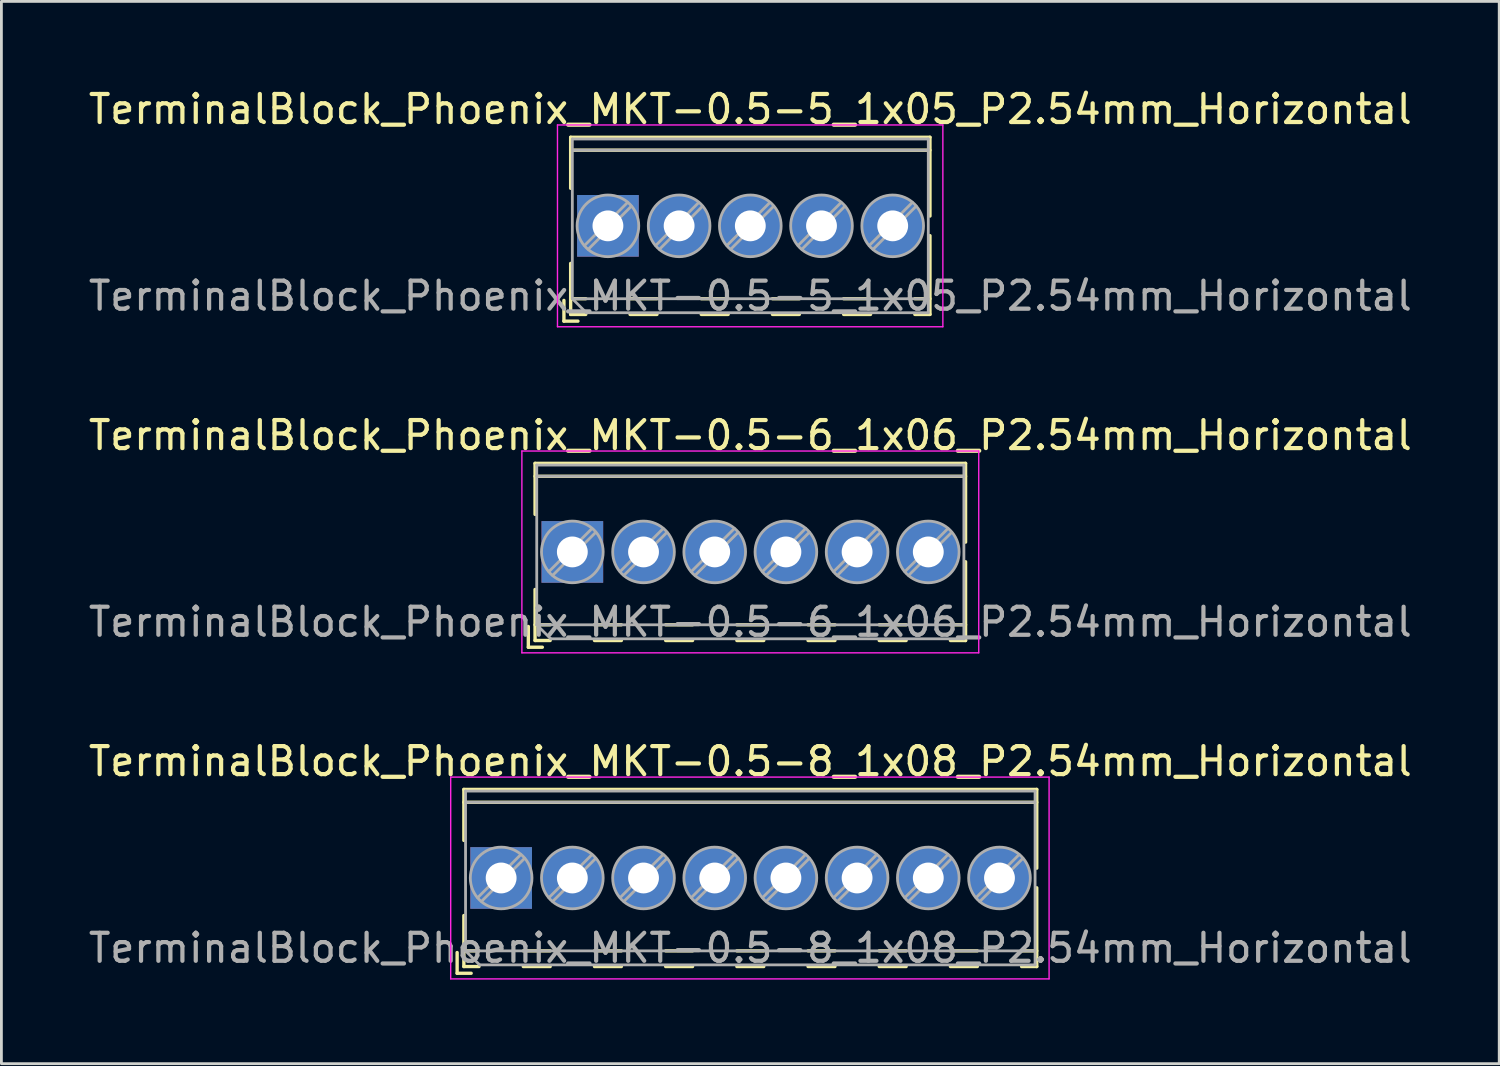
<source format=kicad_pcb>
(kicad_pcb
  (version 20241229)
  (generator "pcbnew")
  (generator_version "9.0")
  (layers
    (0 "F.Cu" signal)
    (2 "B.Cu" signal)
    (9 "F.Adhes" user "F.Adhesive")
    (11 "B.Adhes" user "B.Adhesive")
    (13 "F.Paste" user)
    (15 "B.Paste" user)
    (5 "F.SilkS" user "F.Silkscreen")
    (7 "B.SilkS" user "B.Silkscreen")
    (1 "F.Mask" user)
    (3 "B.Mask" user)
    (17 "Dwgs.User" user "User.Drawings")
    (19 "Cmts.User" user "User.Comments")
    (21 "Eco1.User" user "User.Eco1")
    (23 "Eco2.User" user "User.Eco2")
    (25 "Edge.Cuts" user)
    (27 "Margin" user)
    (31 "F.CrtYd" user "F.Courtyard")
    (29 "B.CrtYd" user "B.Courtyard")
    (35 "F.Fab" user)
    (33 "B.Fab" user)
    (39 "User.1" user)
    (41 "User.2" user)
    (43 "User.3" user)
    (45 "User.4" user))
  (footprint "TerminalBlock_Phoenix_MKT-0.5-8_1x08_P2.54mm_Horizontal"
    (layer "F.Cu")
    (at 14.83 28.275)
    (property "Reference" "TerminalBlock_Phoenix_MKT-0.5-8_1x08_P2.54mm_Horizontal" (at 8.89 -4.16 0) (layer "F.SilkS") (effects (font (size 1 1) (thickness 0.15))))
    (attr through_hole)
    (fp_line (start -1.57 2.66) (end -1.57 3.4) (stroke (width 0.12) (type solid)) (layer "F.SilkS"))
    (fp_line (start -1.57 3.4) (end -1.07 3.4) (stroke (width 0.12) (type solid)) (layer "F.SilkS"))
    (fp_line (start -1.33 -3.16) (end -1.33 -1.34) (stroke (width 0.12) (type solid)) (layer "F.SilkS"))
    (fp_line (start -1.33 -3.16) (end 19.11 -3.16) (stroke (width 0.12) (type solid)) (layer "F.SilkS"))
    (fp_line (start -1.33 -2.7) (end 19.11 -2.7) (stroke (width 0.12) (type solid)) (layer "F.SilkS"))
    (fp_line (start -1.33 1.34) (end -1.33 3.16) (stroke (width 0.12) (type solid)) (layer "F.SilkS"))
    (fp_line (start -1.33 2.6) (end -0.79 2.6) (stroke (width 0.12) (type solid)) (layer "F.SilkS"))
    (fp_line (start -1.33 3.16) (end -0.79 3.16) (stroke (width 0.12) (type solid)) (layer "F.SilkS"))
    (fp_line (start 0.79 2.6) (end 1.75 2.6) (stroke (width 0.12) (type solid)) (layer "F.SilkS"))
    (fp_line (start 0.79 3.16) (end 1.75 3.16) (stroke (width 0.12) (type solid)) (layer "F.SilkS"))
    (fp_line (start 3.33 2.6) (end 4.29 2.6) (stroke (width 0.12) (type solid)) (layer "F.SilkS"))
    (fp_line (start 3.33 3.16) (end 4.29 3.16) (stroke (width 0.12) (type solid)) (layer "F.SilkS"))
    (fp_line (start 5.87 2.6) (end 6.83 2.6) (stroke (width 0.12) (type solid)) (layer "F.SilkS"))
    (fp_line (start 5.87 3.16) (end 6.83 3.16) (stroke (width 0.12) (type solid)) (layer "F.SilkS"))
    (fp_line (start 8.41 2.6) (end 9.37 2.6) (stroke (width 0.12) (type solid)) (layer "F.SilkS"))
    (fp_line (start 8.41 3.16) (end 9.37 3.16) (stroke (width 0.12) (type solid)) (layer "F.SilkS"))
    (fp_line (start 10.95 2.6) (end 11.91 2.6) (stroke (width 0.12) (type solid)) (layer "F.SilkS"))
    (fp_line (start 10.95 3.16) (end 11.91 3.16) (stroke (width 0.12) (type solid)) (layer "F.SilkS"))
    (fp_line (start 13.49 2.6) (end 14.45 2.6) (stroke (width 0.12) (type solid)) (layer "F.SilkS"))
    (fp_line (start 13.49 3.16) (end 14.45 3.16) (stroke (width 0.12) (type solid)) (layer "F.SilkS"))
    (fp_line (start 16.03 2.6) (end 16.99 2.6) (stroke (width 0.12) (type solid)) (layer "F.SilkS"))
    (fp_line (start 16.03 3.16) (end 16.99 3.16) (stroke (width 0.12) (type solid)) (layer "F.SilkS"))
    (fp_line (start 18.57 2.6) (end 19.11 2.6) (stroke (width 0.12) (type solid)) (layer "F.SilkS"))
    (fp_line (start 18.57 3.16) (end 19.11 3.16) (stroke (width 0.12) (type solid)) (layer "F.SilkS"))
    (fp_line (start 19.11 -3.16) (end 19.11 -0.35) (stroke (width 0.12) (type solid)) (layer "F.SilkS"))
    (fp_line (start 19.11 0.35) (end 19.11 3.16) (stroke (width 0.12) (type solid)) (layer "F.SilkS"))
    (fp_line (start -1.8 -3.6) (end -1.8 3.6) (stroke (width 0.05) (type solid)) (layer "F.CrtYd"))
    (fp_line (start -1.8 3.6) (end 19.55 3.6) (stroke (width 0.05) (type solid)) (layer "F.CrtYd"))
    (fp_line (start 19.55 -3.6) (end -1.8 -3.6) (stroke (width 0.05) (type solid)) (layer "F.CrtYd"))
    (fp_line (start 19.55 3.6) (end 19.55 -3.6) (stroke (width 0.05) (type solid)) (layer "F.CrtYd"))
    (fp_line (start -1.27 -3.1) (end 19.05 -3.1) (stroke (width 0.1) (type solid)) (layer "F.Fab"))
    (fp_line (start -1.27 -2.7) (end 19.05 -2.7) (stroke (width 0.1) (type solid)) (layer "F.Fab"))
    (fp_line (start -1.27 2.6) (end -1.27 -3.1) (stroke (width 0.1) (type solid)) (layer "F.Fab"))
    (fp_line (start -1.27 2.6) (end 19.05 2.6) (stroke (width 0.1) (type solid)) (layer "F.Fab"))
    (fp_line (start -0.77 3.1) (end -1.27 2.6) (stroke (width 0.1) (type solid)) (layer "F.Fab"))
    (fp_line (start 0.701 -0.835) (end -0.835 0.7) (stroke (width 0.1) (type solid)) (layer "F.Fab"))
    (fp_line (start 0.835 -0.7) (end -0.701 0.835) (stroke (width 0.1) (type solid)) (layer "F.Fab"))
    (fp_line (start 3.241 -0.835) (end 1.706 0.7) (stroke (width 0.1) (type solid)) (layer "F.Fab"))
    (fp_line (start 3.375 -0.7) (end 1.84 0.835) (stroke (width 0.1) (type solid)) (layer "F.Fab"))
    (fp_line (start 5.781 -0.835) (end 4.246 0.7) (stroke (width 0.1) (type solid)) (layer "F.Fab"))
    (fp_line (start 5.915 -0.7) (end 4.38 0.835) (stroke (width 0.1) (type solid)) (layer "F.Fab"))
    (fp_line (start 8.321 -0.835) (end 6.786 0.7) (stroke (width 0.1) (type solid)) (layer "F.Fab"))
    (fp_line (start 8.455 -0.7) (end 6.92 0.835) (stroke (width 0.1) (type solid)) (layer "F.Fab"))
    (fp_line (start 10.861 -0.835) (end 9.326 0.7) (stroke (width 0.1) (type solid)) (layer "F.Fab"))
    (fp_line (start 10.995 -0.7) (end 9.46 0.835) (stroke (width 0.1) (type solid)) (layer "F.Fab"))
    (fp_line (start 13.401 -0.835) (end 11.866 0.7) (stroke (width 0.1) (type solid)) (layer "F.Fab"))
    (fp_line (start 13.535 -0.7) (end 12 0.835) (stroke (width 0.1) (type solid)) (layer "F.Fab"))
    (fp_line (start 15.941 -0.835) (end 14.406 0.7) (stroke (width 0.1) (type solid)) (layer "F.Fab"))
    (fp_line (start 16.075 -0.7) (end 14.54 0.835) (stroke (width 0.1) (type solid)) (layer "F.Fab"))
    (fp_line (start 18.481 -0.835) (end 16.946 0.7) (stroke (width 0.1) (type solid)) (layer "F.Fab"))
    (fp_line (start 18.615 -0.7) (end 17.08 0.835) (stroke (width 0.1) (type solid)) (layer "F.Fab"))
    (fp_line (start 19.05 -3.1) (end 19.05 3.1) (stroke (width 0.1) (type solid)) (layer "F.Fab"))
    (fp_line (start 19.05 3.1) (end -0.77 3.1) (stroke (width 0.1) (type solid)) (layer "F.Fab"))
    (fp_circle (center 0 0) (end 1.1 0) (stroke (width 0.1) (type solid)) (fill no) (layer "F.Fab"))
    (fp_circle (center 2.54 0) (end 3.64 0) (stroke (width 0.1) (type solid)) (fill no) (layer "F.Fab"))
    (fp_circle (center 5.08 0) (end 6.18 0) (stroke (width 0.1) (type solid)) (fill no) (layer "F.Fab"))
    (fp_circle (center 7.62 0) (end 8.72 0) (stroke (width 0.1) (type solid)) (fill no) (layer "F.Fab"))
    (fp_circle (center 10.16 0) (end 11.26 0) (stroke (width 0.1) (type solid)) (fill no) (layer "F.Fab"))
    (fp_circle (center 12.7 0) (end 13.8 0) (stroke (width 0.1) (type solid)) (fill no) (layer "F.Fab"))
    (fp_circle (center 15.24 0) (end 16.34 0) (stroke (width 0.1) (type solid)) (fill no) (layer "F.Fab"))
    (fp_circle (center 17.78 0) (end 18.88 0) (stroke (width 0.1) (type solid)) (fill no) (layer "F.Fab"))
    (fp_text user "${REFERENCE}" (at 8.89 2.5 0) (layer "F.Fab") (effects (font (size 1 1) (thickness 0.15))))
    (pad "" np_thru_hole rect (at 0 2.54) (size 0.001 0.001) (drill 1.1) (layers "*.Cu" "*.Mask"))
    (pad "" np_thru_hole circle (at 2.54 2.54) (size 0.001 0.001) (drill 1.1) (layers "*.Cu" "*.Mask"))
    (pad "" np_thru_hole circle (at 5.08 2.54) (size 0.001 0.001) (drill 1.1) (layers "*.Cu" "*.Mask"))
    (pad "" np_thru_hole circle (at 7.62 2.54) (size 0.001 0.001) (drill 1.1) (layers "*.Cu" "*.Mask"))
    (pad "" np_thru_hole circle (at 10.16 2.54) (size 0.001 0.001) (drill 1.1) (layers "*.Cu" "*.Mask"))
    (pad "" np_thru_hole circle (at 12.7 2.54) (size 0.001 0.001) (drill 1.1) (layers "*.Cu" "*.Mask"))
    (pad "" np_thru_hole circle (at 15.24 2.54) (size 0.001 0.001) (drill 1.1) (layers "*.Cu" "*.Mask"))
    (pad "" np_thru_hole circle (at 17.78 2.54) (size 0.001 0.001) (drill 1.1) (layers "*.Cu" "*.Mask"))
    (pad "1" thru_hole rect (at 0 0) (size 2.2 2.2) (drill 1.1) (layers "*.Cu" "*.Mask"))
    (pad "2" thru_hole circle (at 2.54 0) (size 2.2 2.2) (drill 1.1) (layers "*.Cu" "*.Mask"))
    (pad "3" thru_hole circle (at 5.08 0) (size 2.2 2.2) (drill 1.1) (layers "*.Cu" "*.Mask"))
    (pad "4" thru_hole circle (at 7.62 0) (size 2.2 2.2) (drill 1.1) (layers "*.Cu" "*.Mask"))
    (pad "5" thru_hole circle (at 10.16 0) (size 2.2 2.2) (drill 1.1) (layers "*.Cu" "*.Mask"))
    (pad "6" thru_hole circle (at 12.7 0) (size 2.2 2.2) (drill 1.1) (layers "*.Cu" "*.Mask"))
    (pad "7" thru_hole circle (at 15.24 0) (size 2.2 2.2) (drill 1.1) (layers "*.Cu" "*.Mask"))
    (pad "8" thru_hole circle (at 17.78 0) (size 2.2 2.2) (drill 1.1) (layers "*.Cu" "*.Mask")))
  (footprint "TerminalBlock_Phoenix_MKT-0.5-5_1x05_P2.54mm_Horizontal"
    (layer "F.Cu")
    (at 18.64 5.008)
    (property "Reference" "TerminalBlock_Phoenix_MKT-0.5-5_1x05_P2.54mm_Horizontal" (at 5.08 -4.16 0) (layer "F.SilkS") (effects (font (size 1 1) (thickness 0.15))))
    (attr through_hole)
    (fp_line (start -1.57 2.66) (end -1.57 3.4) (stroke (width 0.12) (type solid)) (layer "F.SilkS"))
    (fp_line (start -1.57 3.4) (end -1.07 3.4) (stroke (width 0.12) (type solid)) (layer "F.SilkS"))
    (fp_line (start -1.33 -3.16) (end -1.33 -1.34) (stroke (width 0.12) (type solid)) (layer "F.SilkS"))
    (fp_line (start -1.33 -3.16) (end 11.49 -3.16) (stroke (width 0.12) (type solid)) (layer "F.SilkS"))
    (fp_line (start -1.33 -2.7) (end 11.49 -2.7) (stroke (width 0.12) (type solid)) (layer "F.SilkS"))
    (fp_line (start -1.33 1.34) (end -1.33 3.16) (stroke (width 0.12) (type solid)) (layer "F.SilkS"))
    (fp_line (start -1.33 2.6) (end -0.79 2.6) (stroke (width 0.12) (type solid)) (layer "F.SilkS"))
    (fp_line (start -1.33 3.16) (end -0.79 3.16) (stroke (width 0.12) (type solid)) (layer "F.SilkS"))
    (fp_line (start 0.79 2.6) (end 1.75 2.6) (stroke (width 0.12) (type solid)) (layer "F.SilkS"))
    (fp_line (start 0.79 3.16) (end 1.75 3.16) (stroke (width 0.12) (type solid)) (layer "F.SilkS"))
    (fp_line (start 3.33 2.6) (end 4.29 2.6) (stroke (width 0.12) (type solid)) (layer "F.SilkS"))
    (fp_line (start 3.33 3.16) (end 4.29 3.16) (stroke (width 0.12) (type solid)) (layer "F.SilkS"))
    (fp_line (start 5.87 2.6) (end 6.83 2.6) (stroke (width 0.12) (type solid)) (layer "F.SilkS"))
    (fp_line (start 5.87 3.16) (end 6.83 3.16) (stroke (width 0.12) (type solid)) (layer "F.SilkS"))
    (fp_line (start 8.41 2.6) (end 9.37 2.6) (stroke (width 0.12) (type solid)) (layer "F.SilkS"))
    (fp_line (start 8.41 3.16) (end 9.37 3.16) (stroke (width 0.12) (type solid)) (layer "F.SilkS"))
    (fp_line (start 10.95 2.6) (end 11.49 2.6) (stroke (width 0.12) (type solid)) (layer "F.SilkS"))
    (fp_line (start 10.95 3.16) (end 11.49 3.16) (stroke (width 0.12) (type solid)) (layer "F.SilkS"))
    (fp_line (start 11.49 -3.16) (end 11.49 -0.35) (stroke (width 0.12) (type solid)) (layer "F.SilkS"))
    (fp_line (start 11.49 0.35) (end 11.49 3.16) (stroke (width 0.12) (type solid)) (layer "F.SilkS"))
    (fp_line (start -1.8 -3.6) (end -1.8 3.6) (stroke (width 0.05) (type solid)) (layer "F.CrtYd"))
    (fp_line (start -1.8 3.6) (end 11.95 3.6) (stroke (width 0.05) (type solid)) (layer "F.CrtYd"))
    (fp_line (start 11.95 -3.6) (end -1.8 -3.6) (stroke (width 0.05) (type solid)) (layer "F.CrtYd"))
    (fp_line (start 11.95 3.6) (end 11.95 -3.6) (stroke (width 0.05) (type solid)) (layer "F.CrtYd"))
    (fp_line (start -1.27 -3.1) (end 11.43 -3.1) (stroke (width 0.1) (type solid)) (layer "F.Fab"))
    (fp_line (start -1.27 -2.7) (end 11.43 -2.7) (stroke (width 0.1) (type solid)) (layer "F.Fab"))
    (fp_line (start -1.27 2.6) (end -1.27 -3.1) (stroke (width 0.1) (type solid)) (layer "F.Fab"))
    (fp_line (start -1.27 2.6) (end 11.43 2.6) (stroke (width 0.1) (type solid)) (layer "F.Fab"))
    (fp_line (start -0.77 3.1) (end -1.27 2.6) (stroke (width 0.1) (type solid)) (layer "F.Fab"))
    (fp_line (start 0.701 -0.835) (end -0.835 0.7) (stroke (width 0.1) (type solid)) (layer "F.Fab"))
    (fp_line (start 0.835 -0.7) (end -0.701 0.835) (stroke (width 0.1) (type solid)) (layer "F.Fab"))
    (fp_line (start 3.241 -0.835) (end 1.706 0.7) (stroke (width 0.1) (type solid)) (layer "F.Fab"))
    (fp_line (start 3.375 -0.7) (end 1.84 0.835) (stroke (width 0.1) (type solid)) (layer "F.Fab"))
    (fp_line (start 5.781 -0.835) (end 4.246 0.7) (stroke (width 0.1) (type solid)) (layer "F.Fab"))
    (fp_line (start 5.915 -0.7) (end 4.38 0.835) (stroke (width 0.1) (type solid)) (layer "F.Fab"))
    (fp_line (start 8.321 -0.835) (end 6.786 0.7) (stroke (width 0.1) (type solid)) (layer "F.Fab"))
    (fp_line (start 8.455 -0.7) (end 6.92 0.835) (stroke (width 0.1) (type solid)) (layer "F.Fab"))
    (fp_line (start 10.861 -0.835) (end 9.326 0.7) (stroke (width 0.1) (type solid)) (layer "F.Fab"))
    (fp_line (start 10.995 -0.7) (end 9.46 0.835) (stroke (width 0.1) (type solid)) (layer "F.Fab"))
    (fp_line (start 11.43 -3.1) (end 11.43 3.1) (stroke (width 0.1) (type solid)) (layer "F.Fab"))
    (fp_line (start 11.43 3.1) (end -0.77 3.1) (stroke (width 0.1) (type solid)) (layer "F.Fab"))
    (fp_circle (center 0 0) (end 1.1 0) (stroke (width 0.1) (type solid)) (fill no) (layer "F.Fab"))
    (fp_circle (center 2.54 0) (end 3.64 0) (stroke (width 0.1) (type solid)) (fill no) (layer "F.Fab"))
    (fp_circle (center 5.08 0) (end 6.18 0) (stroke (width 0.1) (type solid)) (fill no) (layer "F.Fab"))
    (fp_circle (center 7.62 0) (end 8.72 0) (stroke (width 0.1) (type solid)) (fill no) (layer "F.Fab"))
    (fp_circle (center 10.16 0) (end 11.26 0) (stroke (width 0.1) (type solid)) (fill no) (layer "F.Fab"))
    (fp_text user "${REFERENCE}" (at 5.08 2.5 0) (layer "F.Fab") (effects (font (size 1 1) (thickness 0.15))))
    (pad "" np_thru_hole rect (at 0 2.54) (size 0.001 0.001) (drill 1.1) (layers "*.Cu" "*.Mask"))
    (pad "" np_thru_hole circle (at 2.54 2.54) (size 0.001 0.001) (drill 1.1) (layers "*.Cu" "*.Mask"))
    (pad "" np_thru_hole circle (at 5.08 2.54) (size 0.001 0.001) (drill 1.1) (layers "*.Cu" "*.Mask"))
    (pad "" np_thru_hole circle (at 7.62 2.54) (size 0.001 0.001) (drill 1.1) (layers "*.Cu" "*.Mask"))
    (pad "" np_thru_hole circle (at 10.16 2.54) (size 0.001 0.001) (drill 1.1) (layers "*.Cu" "*.Mask"))
    (pad "1" thru_hole rect (at 0 0) (size 2.2 2.2) (drill 1.1) (layers "*.Cu" "*.Mask"))
    (pad "2" thru_hole circle (at 2.54 0) (size 2.2 2.2) (drill 1.1) (layers "*.Cu" "*.Mask"))
    (pad "3" thru_hole circle (at 5.08 0) (size 2.2 2.2) (drill 1.1) (layers "*.Cu" "*.Mask"))
    (pad "4" thru_hole circle (at 7.62 0) (size 2.2 2.2) (drill 1.1) (layers "*.Cu" "*.Mask"))
    (pad "5" thru_hole circle (at 10.16 0) (size 2.2 2.2) (drill 1.1) (layers "*.Cu" "*.Mask")))
  (footprint "TerminalBlock_Phoenix_MKT-0.5-6_1x06_P2.54mm_Horizontal"
    (layer "F.Cu")
    (at 17.37 16.642)
    (property "Reference" "TerminalBlock_Phoenix_MKT-0.5-6_1x06_P2.54mm_Horizontal" (at 6.35 -4.16 0) (layer "F.SilkS") (effects (font (size 1 1) (thickness 0.15))))
    (attr through_hole)
    (fp_line (start -1.57 2.66) (end -1.57 3.4) (stroke (width 0.12) (type solid)) (layer "F.SilkS"))
    (fp_line (start -1.57 3.4) (end -1.07 3.4) (stroke (width 0.12) (type solid)) (layer "F.SilkS"))
    (fp_line (start -1.33 -3.16) (end -1.33 -1.34) (stroke (width 0.12) (type solid)) (layer "F.SilkS"))
    (fp_line (start -1.33 -3.16) (end 14.03 -3.16) (stroke (width 0.12) (type solid)) (layer "F.SilkS"))
    (fp_line (start -1.33 -2.7) (end 14.03 -2.7) (stroke (width 0.12) (type solid)) (layer "F.SilkS"))
    (fp_line (start -1.33 1.34) (end -1.33 3.16) (stroke (width 0.12) (type solid)) (layer "F.SilkS"))
    (fp_line (start -1.33 2.6) (end -0.79 2.6) (stroke (width 0.12) (type solid)) (layer "F.SilkS"))
    (fp_line (start -1.33 3.16) (end -0.79 3.16) (stroke (width 0.12) (type solid)) (layer "F.SilkS"))
    (fp_line (start 0.79 2.6) (end 1.75 2.6) (stroke (width 0.12) (type solid)) (layer "F.SilkS"))
    (fp_line (start 0.79 3.16) (end 1.75 3.16) (stroke (width 0.12) (type solid)) (layer "F.SilkS"))
    (fp_line (start 3.33 2.6) (end 4.29 2.6) (stroke (width 0.12) (type solid)) (layer "F.SilkS"))
    (fp_line (start 3.33 3.16) (end 4.29 3.16) (stroke (width 0.12) (type solid)) (layer "F.SilkS"))
    (fp_line (start 5.87 2.6) (end 6.83 2.6) (stroke (width 0.12) (type solid)) (layer "F.SilkS"))
    (fp_line (start 5.87 3.16) (end 6.83 3.16) (stroke (width 0.12) (type solid)) (layer "F.SilkS"))
    (fp_line (start 8.41 2.6) (end 9.37 2.6) (stroke (width 0.12) (type solid)) (layer "F.SilkS"))
    (fp_line (start 8.41 3.16) (end 9.37 3.16) (stroke (width 0.12) (type solid)) (layer "F.SilkS"))
    (fp_line (start 10.95 2.6) (end 11.91 2.6) (stroke (width 0.12) (type solid)) (layer "F.SilkS"))
    (fp_line (start 10.95 3.16) (end 11.91 3.16) (stroke (width 0.12) (type solid)) (layer "F.SilkS"))
    (fp_line (start 13.49 2.6) (end 14.03 2.6) (stroke (width 0.12) (type solid)) (layer "F.SilkS"))
    (fp_line (start 13.49 3.16) (end 14.03 3.16) (stroke (width 0.12) (type solid)) (layer "F.SilkS"))
    (fp_line (start 14.03 -3.16) (end 14.03 -0.35) (stroke (width 0.12) (type solid)) (layer "F.SilkS"))
    (fp_line (start 14.03 0.35) (end 14.03 3.16) (stroke (width 0.12) (type solid)) (layer "F.SilkS"))
    (fp_line (start -1.8 -3.6) (end -1.8 3.6) (stroke (width 0.05) (type solid)) (layer "F.CrtYd"))
    (fp_line (start -1.8 3.6) (end 14.5 3.6) (stroke (width 0.05) (type solid)) (layer "F.CrtYd"))
    (fp_line (start 14.5 -3.6) (end -1.8 -3.6) (stroke (width 0.05) (type solid)) (layer "F.CrtYd"))
    (fp_line (start 14.5 3.6) (end 14.5 -3.6) (stroke (width 0.05) (type solid)) (layer "F.CrtYd"))
    (fp_line (start -1.27 -3.1) (end 13.97 -3.1) (stroke (width 0.1) (type solid)) (layer "F.Fab"))
    (fp_line (start -1.27 -2.7) (end 13.97 -2.7) (stroke (width 0.1) (type solid)) (layer "F.Fab"))
    (fp_line (start -1.27 2.6) (end -1.27 -3.1) (stroke (width 0.1) (type solid)) (layer "F.Fab"))
    (fp_line (start -1.27 2.6) (end 13.97 2.6) (stroke (width 0.1) (type solid)) (layer "F.Fab"))
    (fp_line (start -0.77 3.1) (end -1.27 2.6) (stroke (width 0.1) (type solid)) (layer "F.Fab"))
    (fp_line (start 0.701 -0.835) (end -0.835 0.7) (stroke (width 0.1) (type solid)) (layer "F.Fab"))
    (fp_line (start 0.835 -0.7) (end -0.701 0.835) (stroke (width 0.1) (type solid)) (layer "F.Fab"))
    (fp_line (start 3.241 -0.835) (end 1.706 0.7) (stroke (width 0.1) (type solid)) (layer "F.Fab"))
    (fp_line (start 3.375 -0.7) (end 1.84 0.835) (stroke (width 0.1) (type solid)) (layer "F.Fab"))
    (fp_line (start 5.781 -0.835) (end 4.246 0.7) (stroke (width 0.1) (type solid)) (layer "F.Fab"))
    (fp_line (start 5.915 -0.7) (end 4.38 0.835) (stroke (width 0.1) (type solid)) (layer "F.Fab"))
    (fp_line (start 8.321 -0.835) (end 6.786 0.7) (stroke (width 0.1) (type solid)) (layer "F.Fab"))
    (fp_line (start 8.455 -0.7) (end 6.92 0.835) (stroke (width 0.1) (type solid)) (layer "F.Fab"))
    (fp_line (start 10.861 -0.835) (end 9.326 0.7) (stroke (width 0.1) (type solid)) (layer "F.Fab"))
    (fp_line (start 10.995 -0.7) (end 9.46 0.835) (stroke (width 0.1) (type solid)) (layer "F.Fab"))
    (fp_line (start 13.401 -0.835) (end 11.866 0.7) (stroke (width 0.1) (type solid)) (layer "F.Fab"))
    (fp_line (start 13.535 -0.7) (end 12 0.835) (stroke (width 0.1) (type solid)) (layer "F.Fab"))
    (fp_line (start 13.97 -3.1) (end 13.97 3.1) (stroke (width 0.1) (type solid)) (layer "F.Fab"))
    (fp_line (start 13.97 3.1) (end -0.77 3.1) (stroke (width 0.1) (type solid)) (layer "F.Fab"))
    (fp_circle (center 0 0) (end 1.1 0) (stroke (width 0.1) (type solid)) (fill no) (layer "F.Fab"))
    (fp_circle (center 2.54 0) (end 3.64 0) (stroke (width 0.1) (type solid)) (fill no) (layer "F.Fab"))
    (fp_circle (center 5.08 0) (end 6.18 0) (stroke (width 0.1) (type solid)) (fill no) (layer "F.Fab"))
    (fp_circle (center 7.62 0) (end 8.72 0) (stroke (width 0.1) (type solid)) (fill no) (layer "F.Fab"))
    (fp_circle (center 10.16 0) (end 11.26 0) (stroke (width 0.1) (type solid)) (fill no) (layer "F.Fab"))
    (fp_circle (center 12.7 0) (end 13.8 0) (stroke (width 0.1) (type solid)) (fill no) (layer "F.Fab"))
    (fp_text user "${REFERENCE}" (at 6.35 2.5 0) (layer "F.Fab") (effects (font (size 1 1) (thickness 0.15))))
    (pad "" np_thru_hole rect (at 0 2.54) (size 0.001 0.001) (drill 1.1) (layers "*.Cu" "*.Mask"))
    (pad "" np_thru_hole circle (at 2.54 2.54) (size 0.001 0.001) (drill 1.1) (layers "*.Cu" "*.Mask"))
    (pad "" np_thru_hole circle (at 5.08 2.54) (size 0.001 0.001) (drill 1.1) (layers "*.Cu" "*.Mask"))
    (pad "" np_thru_hole circle (at 7.62 2.54) (size 0.001 0.001) (drill 1.1) (layers "*.Cu" "*.Mask"))
    (pad "" np_thru_hole circle (at 10.16 2.54) (size 0.001 0.001) (drill 1.1) (layers "*.Cu" "*.Mask"))
    (pad "" np_thru_hole circle (at 12.7 2.54) (size 0.001 0.001) (drill 1.1) (layers "*.Cu" "*.Mask"))
    (pad "1" thru_hole rect (at 0 0) (size 2.2 2.2) (drill 1.1) (layers "*.Cu" "*.Mask"))
    (pad "2" thru_hole circle (at 2.54 0) (size 2.2 2.2) (drill 1.1) (layers "*.Cu" "*.Mask"))
    (pad "3" thru_hole circle (at 5.08 0) (size 2.2 2.2) (drill 1.1) (layers "*.Cu" "*.Mask"))
    (pad "4" thru_hole circle (at 7.62 0) (size 2.2 2.2) (drill 1.1) (layers "*.Cu" "*.Mask"))
    (pad "5" thru_hole circle (at 10.16 0) (size 2.2 2.2) (drill 1.1) (layers "*.Cu" "*.Mask"))
    (pad "6" thru_hole circle (at 12.7 0) (size 2.2 2.2) (drill 1.1) (layers "*.Cu" "*.Mask")))
  (gr_rect
    (start -3 -3)
    (end 50.44 34.9)
    (stroke (width 0.1) (type default))
    (fill no)
    (layer "Edge.Cuts")))
</source>
